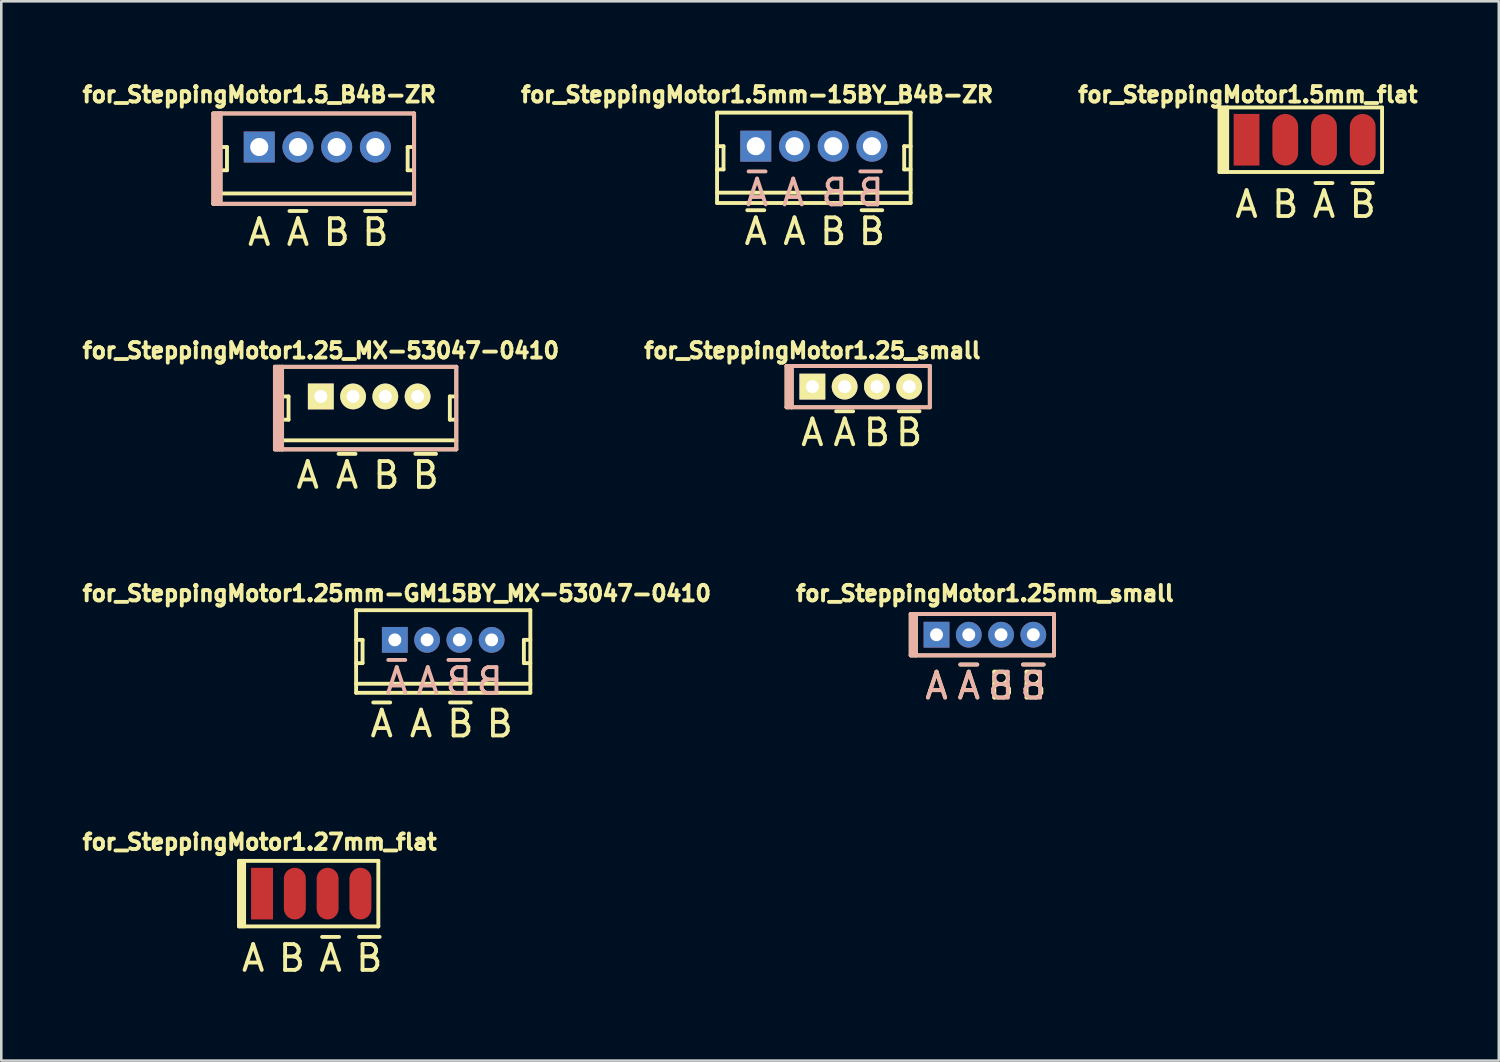
<source format=kicad_pcb>
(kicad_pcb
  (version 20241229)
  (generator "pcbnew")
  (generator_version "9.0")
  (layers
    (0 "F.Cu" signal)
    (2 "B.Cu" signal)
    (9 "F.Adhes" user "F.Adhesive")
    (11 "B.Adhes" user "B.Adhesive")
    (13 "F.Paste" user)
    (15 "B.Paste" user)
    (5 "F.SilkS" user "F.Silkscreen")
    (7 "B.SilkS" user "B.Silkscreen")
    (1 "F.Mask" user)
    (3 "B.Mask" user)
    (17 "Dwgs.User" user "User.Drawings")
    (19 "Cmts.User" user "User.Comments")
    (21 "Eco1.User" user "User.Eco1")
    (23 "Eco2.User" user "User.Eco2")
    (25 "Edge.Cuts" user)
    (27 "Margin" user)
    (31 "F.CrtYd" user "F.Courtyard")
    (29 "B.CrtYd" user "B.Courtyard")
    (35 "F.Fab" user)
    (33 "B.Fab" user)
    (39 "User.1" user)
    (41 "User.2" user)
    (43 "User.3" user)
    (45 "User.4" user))
  (footprint "for_SteppingMotor1.5mm-15BY_B4B-ZR"
    (layer "F.Cu")
    (at 28.481 2.614)
    (property "Reference" "for_SteppingMotor1.5mm-15BY_B4B-ZR" (at -2.2 -2 0) (layer "F.SilkS") (effects (font (size 0.6 0.6) (thickness 0.15))))
    (attr through_hole)
    (fp_line (start -3.75 -1.3) (end 3.75 -1.3) (stroke (width 0.15) (type solid)) (layer "F.SilkS"))
    (fp_line (start -3.75 0) (end -3.5 0) (stroke (width 0.15) (type solid)) (layer "F.SilkS"))
    (fp_line (start -3.75 2.2) (end -3.75 -1.3) (stroke (width 0.15) (type solid)) (layer "F.SilkS"))
    (fp_line (start -3.5 0) (end -3.5 0.9) (stroke (width 0.15) (type solid)) (layer "F.SilkS"))
    (fp_line (start -3.5 0.9) (end -3.75 0.9) (stroke (width 0.15) (type solid)) (layer "F.SilkS"))
    (fp_line (start 3.5 0) (end 3.5 0.9) (stroke (width 0.15) (type solid)) (layer "F.SilkS"))
    (fp_line (start 3.5 0.9) (end 3.75 0.9) (stroke (width 0.15) (type solid)) (layer "F.SilkS"))
    (fp_line (start 3.75 -1.3) (end 3.75 2.2) (stroke (width 0.15) (type solid)) (layer "F.SilkS"))
    (fp_line (start 3.75 0) (end 3.5 0) (stroke (width 0.15) (type solid)) (layer "F.SilkS"))
    (fp_line (start 3.75 1.8) (end -3.75 1.8) (stroke (width 0.15) (type solid)) (layer "F.SilkS"))
    (fp_line (start 3.75 2.2) (end -3.75 2.2) (stroke (width 0.15) (type solid)) (layer "F.SilkS"))
    (fp_text user "~{A}" (at -2.25 3.302 0) (layer "F.SilkS") (effects (font (size 1 1) (thickness 0.15))))
    (fp_text user "A" (at -0.75 3.302 0) (layer "F.SilkS") (effects (font (size 1 1) (thickness 0.15))))
    (fp_text user "~{B}" (at 2.25 3.302 0) (layer "F.SilkS") (effects (font (size 1 1) (thickness 0.15))))
    (fp_text user "B" (at 0.75 3.302 0) (layer "F.SilkS") (effects (font (size 1 1) (thickness 0.15))))
    (fp_text user "B" (at 0.8 1.8 0) (layer "B.SilkS") (effects (font (size 1 1) (thickness 0.15)) (justify mirror)))
    (fp_text user "~{B}" (at 2.2 1.8 0) (layer "B.SilkS") (effects (font (size 1 1) (thickness 0.15)) (justify mirror)))
    (fp_text user "A" (at -0.8 1.8 0) (layer "B.SilkS") (effects (font (size 1 1) (thickness 0.15))))
    (fp_text user "~{A}" (at -2.2 1.8 0) (layer "B.SilkS") (effects (font (size 1 1) (thickness 0.15)) (justify mirror)))
    (pad "A1" thru_hole circle (at -0.75 0) (size 1.2 1.2) (drill 0.7) (layers "*.Cu" "*.Mask"))
    (pad "A2" thru_hole rect (at -2.25 0) (size 1.2 1.2) (drill 0.7) (layers "*.Cu" "*.Mask"))
    (pad "B1" thru_hole circle (at 0.75 0) (size 1.2 1.2) (drill 0.7) (layers "*.Cu" "*.Mask"))
    (pad "B2" thru_hole circle (at 2.25 0) (size 1.2 1.2) (drill 0.7) (layers "*.Cu" "*.Mask")))
  (footprint "for_SteppingMotor1.25mm-GM15BY_MX-53047-0410"
    (layer "F.Cu")
    (at 14.122 21.741)
    (property "Reference" "for_SteppingMotor1.25mm-GM15BY_MX-53047-0410" (at -1.8 -1.8 0) (layer "F.SilkS") (effects (font (size 0.6 0.6) (thickness 0.15))))
    (attr through_hole)
    (fp_line (start -3.375 -1.15) (end 3.375 -1.15) (stroke (width 0.15) (type solid)) (layer "F.SilkS"))
    (fp_line (start -3.375 0) (end -3.125 0) (stroke (width 0.15) (type solid)) (layer "F.SilkS"))
    (fp_line (start -3.375 2.05) (end -3.375 -1.15) (stroke (width 0.15) (type solid)) (layer "F.SilkS"))
    (fp_line (start -3.125 0) (end -3.125 0.9) (stroke (width 0.15) (type solid)) (layer "F.SilkS"))
    (fp_line (start -3.125 0.9) (end -3.375 0.9) (stroke (width 0.15) (type solid)) (layer "F.SilkS"))
    (fp_line (start 3.125 0) (end 3.125 0.9) (stroke (width 0.15) (type solid)) (layer "F.SilkS"))
    (fp_line (start 3.125 0.9) (end 3.375 0.9) (stroke (width 0.15) (type solid)) (layer "F.SilkS"))
    (fp_line (start 3.375 -1.15) (end 3.375 2.05) (stroke (width 0.15) (type solid)) (layer "F.SilkS"))
    (fp_line (start 3.375 0) (end 3.125 0) (stroke (width 0.15) (type solid)) (layer "F.SilkS"))
    (fp_line (start 3.375 1.7) (end -3.375 1.7) (stroke (width 0.15) (type solid)) (layer "F.SilkS"))
    (fp_line (start 3.375 2.05) (end -3.375 2.05) (stroke (width 0.15) (type solid)) (layer "F.SilkS"))
    (fp_text user "A" (at -0.859 3.248 0) (layer "F.SilkS") (effects (font (size 1 1) (thickness 0.15))))
    (fp_text user "B" (at 2.189 3.248 0) (layer "F.SilkS") (effects (font (size 1 1) (thickness 0.15))))
    (fp_text user "~{A}" (at -2.383 3.248 0) (layer "F.SilkS") (effects (font (size 1 1) (thickness 0.15))))
    (fp_text user "~{B}" (at 0.665 3.248 0) (layer "F.SilkS") (effects (font (size 1 1) (thickness 0.15))))
    (fp_text user "B" (at 1.8 1.6 0) (layer "B.SilkS") (effects (font (size 1 1) (thickness 0.15)) (justify mirror)))
    (fp_text user "A" (at -0.6 1.6 0) (layer "B.SilkS") (effects (font (size 1 1) (thickness 0.15)) (justify mirror)))
    (fp_text user "~{B}" (at 0.6 1.6 0) (layer "B.SilkS") (effects (font (size 1 1) (thickness 0.15)) (justify mirror)))
    (fp_text user "~{A}" (at -1.8 1.6 0) (layer "B.SilkS") (effects (font (size 1 1) (thickness 0.15)) (justify mirror)))
    (pad "A1" thru_hole circle (at -0.625 0) (size 1 1) (drill 0.5) (layers "*.Cu" "*.Mask"))
    (pad "A2" thru_hole rect (at -1.875 0) (size 1 1) (drill 0.5) (layers "*.Cu" "*.Mask"))
    (pad "B1" thru_hole circle (at 1.875 0) (size 1 1) (drill 0.5) (layers "*.Cu" "*.Mask"))
    (pad "B2" thru_hole circle (at 0.625 0) (size 1 1) (drill 0.5) (layers "*.Cu" "*.Mask")))
  (footprint "for_SteppingMotor1.25_small"
    (layer "F.Cu")
    (at 28.424 11.929)
    (property "Reference" "for_SteppingMotor1.25_small" (at 0 -1.397 0) (layer "F.SilkS") (effects (font (size 0.6 0.6) (thickness 0.15))))
    (attr through_hole)
    (fp_line (start -1 -0.8) (end -0.8 -0.8) (stroke (width 0.15) (type solid)) (layer "F.SilkS"))
    (fp_line (start -1 0.8) (end -1 -0.8) (stroke (width 0.15) (type solid)) (layer "F.SilkS"))
    (fp_line (start -1 0.8) (end -0.8 0.8) (stroke (width 0.15) (type solid)) (layer "F.SilkS"))
    (fp_line (start -0.927 0.8) (end -0.927 -0.8) (stroke (width 0.15) (type solid)) (layer "F.SilkS"))
    (fp_line (start -0.8 -0.8) (end 4.55 -0.8) (stroke (width 0.15) (type solid)) (layer "F.SilkS"))
    (fp_line (start -0.8 0.8) (end -0.8 -0.8) (stroke (width 0.15) (type solid)) (layer "F.SilkS"))
    (fp_line (start 4.55 -0.8) (end 4.55 0.8) (stroke (width 0.15) (type solid)) (layer "F.SilkS"))
    (fp_line (start 4.55 0.8) (end -0.8 0.8) (stroke (width 0.15) (type solid)) (layer "F.SilkS"))
    (fp_line (start -1 -0.8) (end -0.8 -0.8) (stroke (width 0.15) (type solid)) (layer "B.SilkS"))
    (fp_line (start -1 0.8) (end -1 -0.8) (stroke (width 0.15) (type solid)) (layer "B.SilkS"))
    (fp_line (start -1 0.8) (end -0.8 0.8) (stroke (width 0.15) (type solid)) (layer "B.SilkS"))
    (fp_line (start -0.927 0.8) (end -0.927 -0.8) (stroke (width 0.15) (type solid)) (layer "B.SilkS"))
    (fp_line (start -0.8 -0.8) (end 4.55 -0.8) (stroke (width 0.15) (type solid)) (layer "B.SilkS"))
    (fp_line (start -0.8 0.8) (end -0.8 -0.8) (stroke (width 0.15) (type solid)) (layer "B.SilkS"))
    (fp_line (start 4.55 -0.8) (end 4.55 0.8) (stroke (width 0.15) (type solid)) (layer "B.SilkS"))
    (fp_line (start 4.55 0.8) (end -0.8 0.8) (stroke (width 0.15) (type solid)) (layer "B.SilkS"))
    (fp_text user "~{A}" (at 1.25 1.778 0) (layer "F.SilkS") (effects (font (size 1 1) (thickness 0.15))))
    (fp_text user "~{B}" (at 3.75 1.778 0) (layer "F.SilkS") (effects (font (size 1 1) (thickness 0.15))))
    (fp_text user "A" (at 0 1.778 0) (layer "F.SilkS") (effects (font (size 1 1) (thickness 0.15))))
    (fp_text user "B" (at 2.5 1.778 0) (layer "F.SilkS") (effects (font (size 1 1) (thickness 0.15))))
    (pad "1" thru_hole rect (at 0 0) (size 1 1) (drill 0.5) (layers "*.Cu" "*.Mask" "F.SilkS"))
    (pad "2" thru_hole circle (at 1.25 0) (size 1 1) (drill 0.5) (layers "*.Cu" "*.Mask" "F.SilkS"))
    (pad "3" thru_hole circle (at 2.5 0) (size 1 1) (drill 0.5) (layers "*.Cu" "*.Mask" "F.SilkS"))
    (pad "4" thru_hole circle (at 3.75 0) (size 1 1) (drill 0.5) (layers "*.Cu" "*.Mask" "F.SilkS")))
  (footprint "for_SteppingMotor1.25mm_small"
    (layer "F.Cu")
    (at 35.109 21.541)
    (property "Reference" "for_SteppingMotor1.25mm_small" (at 0 -1.6 0) (layer "F.SilkS") (effects (font (size 0.6 0.6) (thickness 0.15))))
    (attr through_hole)
    (fp_line (start -2.875 -0.8) (end -2.675 -0.8) (stroke (width 0.15) (type solid)) (layer "F.SilkS"))
    (fp_line (start -2.875 0.8) (end -2.875 -0.8) (stroke (width 0.15) (type solid)) (layer "F.SilkS"))
    (fp_line (start -2.875 0.8) (end -2.675 0.8) (stroke (width 0.15) (type solid)) (layer "F.SilkS"))
    (fp_line (start -2.802 0.8) (end -2.802 -0.8) (stroke (width 0.15) (type solid)) (layer "F.SilkS"))
    (fp_line (start -2.675 -0.8) (end 2.675 -0.8) (stroke (width 0.15) (type solid)) (layer "F.SilkS"))
    (fp_line (start -2.675 0.8) (end -2.675 -0.8) (stroke (width 0.15) (type solid)) (layer "F.SilkS"))
    (fp_line (start 2.675 -0.8) (end 2.675 0.8) (stroke (width 0.15) (type solid)) (layer "F.SilkS"))
    (fp_line (start 2.675 0.8) (end -2.675 0.8) (stroke (width 0.15) (type solid)) (layer "F.SilkS"))
    (fp_line (start -2.875 -0.8) (end -2.675 -0.8) (stroke (width 0.15) (type solid)) (layer "B.SilkS"))
    (fp_line (start -2.875 0.8) (end -2.875 -0.8) (stroke (width 0.15) (type solid)) (layer "B.SilkS"))
    (fp_line (start -2.875 0.8) (end -2.675 0.8) (stroke (width 0.15) (type solid)) (layer "B.SilkS"))
    (fp_line (start -2.802 0.8) (end -2.802 -0.8) (stroke (width 0.15) (type solid)) (layer "B.SilkS"))
    (fp_line (start -2.675 -0.8) (end 2.675 -0.8) (stroke (width 0.15) (type solid)) (layer "B.SilkS"))
    (fp_line (start -2.675 0.8) (end -2.675 -0.8) (stroke (width 0.15) (type solid)) (layer "B.SilkS"))
    (fp_line (start 2.675 -0.8) (end 2.675 0.8) (stroke (width 0.15) (type solid)) (layer "B.SilkS"))
    (fp_line (start 2.675 0.8) (end -2.675 0.8) (stroke (width 0.15) (type solid)) (layer "B.SilkS"))
    (fp_text user "A" (at -1.875 1.978 0) (layer "F.SilkS") (effects (font (size 1 1) (thickness 0.15))))
    (fp_text user "B" (at 0.625 1.978 0) (layer "F.SilkS") (effects (font (size 1 1) (thickness 0.15))))
    (fp_text user "~{A}" (at -0.625 1.978 0) (layer "F.SilkS") (effects (font (size 1 1) (thickness 0.15))))
    (fp_text user "~{B}" (at 1.875 1.978 0) (layer "F.SilkS") (effects (font (size 1 1) (thickness 0.15))))
    (fp_text user "A" (at -1.875 1.978 0) (layer "B.SilkS") (effects (font (size 1 1) (thickness 0.15)) (justify mirror)))
    (fp_text user "B" (at 0.625 1.978 0) (layer "B.SilkS") (effects (font (size 1 1) (thickness 0.15)) (justify mirror)))
    (fp_text user "~{B}" (at 1.875 1.978 0) (layer "B.SilkS") (effects (font (size 1 1) (thickness 0.15)) (justify mirror)))
    (fp_text user "~{A}" (at -0.625 1.978 0) (layer "B.SilkS") (effects (font (size 1 1) (thickness 0.15)) (justify mirror)))
    (pad "A1" thru_hole rect (at -1.875 0) (size 1 1) (drill 0.5) (layers "*.Cu" "*.Mask"))
    (pad "A2" thru_hole circle (at -0.625 0) (size 1 1) (drill 0.5) (layers "*.Cu" "*.Mask"))
    (pad "B1" thru_hole circle (at 0.625 0) (size 1 1) (drill 0.5) (layers "*.Cu" "*.Mask"))
    (pad "B2" thru_hole circle (at 1.875 0) (size 1 1) (drill 0.5) (layers "*.Cu" "*.Mask")))
  (footprint "for_SteppingMotor1.25_MX-53047-0410"
    (layer "F.Cu")
    (at 9.379 12.31)
    (property "Reference" "for_SteppingMotor1.25_MX-53047-0410" (at 0 -1.778 0) (layer "F.SilkS") (effects (font (size 0.6 0.6) (thickness 0.15))))
    (attr through_hole)
    (fp_line (start -1.778 -1.15) (end -1.5 -1.15) (stroke (width 0.15) (type solid)) (layer "F.SilkS"))
    (fp_line (start -1.778 2.05) (end -1.778 -1.15) (stroke (width 0.15) (type solid)) (layer "F.SilkS"))
    (fp_line (start -1.69 -1.15) (end -1.69 2.05) (stroke (width 0.15) (type solid)) (layer "F.SilkS"))
    (fp_line (start -1.6 -1.15) (end -1.6 2.05) (stroke (width 0.15) (type solid)) (layer "F.SilkS"))
    (fp_line (start -1.5 -1.15) (end 5.25 -1.15) (stroke (width 0.15) (type solid)) (layer "F.SilkS"))
    (fp_line (start -1.5 0) (end -1.25 0) (stroke (width 0.15) (type solid)) (layer "F.SilkS"))
    (fp_line (start -1.5 2.05) (end -1.778 2.05) (stroke (width 0.15) (type solid)) (layer "F.SilkS"))
    (fp_line (start -1.5 2.05) (end -1.5 -1.15) (stroke (width 0.15) (type solid)) (layer "F.SilkS"))
    (fp_line (start -1.25 0) (end -1.25 0.9) (stroke (width 0.15) (type solid)) (layer "F.SilkS"))
    (fp_line (start -1.25 0.9) (end -1.5 0.9) (stroke (width 0.15) (type solid)) (layer "F.SilkS"))
    (fp_line (start 5 0) (end 5 0.9) (stroke (width 0.15) (type solid)) (layer "F.SilkS"))
    (fp_line (start 5 0.9) (end 5.25 0.9) (stroke (width 0.15) (type solid)) (layer "F.SilkS"))
    (fp_line (start 5.25 -1.15) (end 5.25 2.05) (stroke (width 0.15) (type solid)) (layer "F.SilkS"))
    (fp_line (start 5.25 0) (end 5 0) (stroke (width 0.15) (type solid)) (layer "F.SilkS"))
    (fp_line (start 5.25 1.7) (end -1.5 1.7) (stroke (width 0.15) (type solid)) (layer "F.SilkS"))
    (fp_line (start 5.25 2.05) (end -1.5 2.05) (stroke (width 0.15) (type solid)) (layer "F.SilkS"))
    (fp_line (start -1.778 -1.15) (end -1.5 -1.15) (stroke (width 0.15) (type solid)) (layer "B.SilkS"))
    (fp_line (start -1.778 2.05) (end -1.778 -1.15) (stroke (width 0.15) (type solid)) (layer "B.SilkS"))
    (fp_line (start -1.69 -1.15) (end -1.69 2.05) (stroke (width 0.15) (type solid)) (layer "B.SilkS"))
    (fp_line (start -1.6 -1.15) (end -1.6 2.05) (stroke (width 0.15) (type solid)) (layer "B.SilkS"))
    (fp_line (start -1.5 -1.15) (end 5.25 -1.15) (stroke (width 0.15) (type solid)) (layer "B.SilkS"))
    (fp_line (start -1.5 2.05) (end -1.778 2.05) (stroke (width 0.15) (type solid)) (layer "B.SilkS"))
    (fp_line (start -1.5 2.05) (end -1.5 -1.15) (stroke (width 0.15) (type solid)) (layer "B.SilkS"))
    (fp_line (start 5.25 -1.15) (end 5.25 2.05) (stroke (width 0.15) (type solid)) (layer "B.SilkS"))
    (fp_line (start 5.25 2.05) (end -1.5 2.05) (stroke (width 0.15) (type solid)) (layer "B.SilkS"))
    (fp_text user "A" (at -0.508 3.048 0) (layer "F.SilkS") (effects (font (size 1 1) (thickness 0.15))))
    (fp_text user "B" (at 2.54 3.048 0) (layer "F.SilkS") (effects (font (size 1 1) (thickness 0.15))))
    (fp_text user "~{B}" (at 4.064 3.048 0) (layer "F.SilkS") (effects (font (size 1 1) (thickness 0.15))))
    (fp_text user "~{A}" (at 1.016 3.048 0) (layer "F.SilkS") (effects (font (size 1 1) (thickness 0.15))))
    (pad "1" thru_hole rect (at 0 0) (size 1 1) (drill 0.5) (layers "*.Cu" "*.Mask" "F.SilkS"))
    (pad "2" thru_hole circle (at 1.25 0) (size 1 1) (drill 0.5) (layers "*.Cu" "*.Mask" "F.SilkS"))
    (pad "3" thru_hole circle (at 2.5 0) (size 1 1) (drill 0.5) (layers "*.Cu" "*.Mask" "F.SilkS"))
    (pad "4" thru_hole circle (at 3.75 0) (size 1 1) (drill 0.5) (layers "*.Cu" "*.Mask" "F.SilkS")))
  (footprint "for_SteppingMotor1.5_B4B-ZR"
    (layer "F.Cu")
    (at 6.994 2.646)
    (property "Reference" "for_SteppingMotor1.5_B4B-ZR" (at 0 -2.032 0) (layer "F.SilkS") (effects (font (size 0.6 0.6) (thickness 0.15))))
    (attr through_hole)
    (fp_line (start -1.778 -1.3) (end -1.5 -1.3) (stroke (width 0.15) (type solid)) (layer "F.SilkS"))
    (fp_line (start -1.778 2.2) (end -1.778 -1.3) (stroke (width 0.15) (type solid)) (layer "F.SilkS"))
    (fp_line (start -1.69 -1.3) (end -1.69 2.2) (stroke (width 0.15) (type solid)) (layer "F.SilkS"))
    (fp_line (start -1.6 -1.3) (end -1.6 2.2) (stroke (width 0.15) (type solid)) (layer "F.SilkS"))
    (fp_line (start -1.5 -1.3) (end 6 -1.3) (stroke (width 0.15) (type solid)) (layer "F.SilkS"))
    (fp_line (start -1.5 0) (end -1.25 0) (stroke (width 0.15) (type solid)) (layer "F.SilkS"))
    (fp_line (start -1.5 2.2) (end -1.778 2.2) (stroke (width 0.15) (type solid)) (layer "F.SilkS"))
    (fp_line (start -1.5 2.2) (end -1.5 -1.3) (stroke (width 0.15) (type solid)) (layer "F.SilkS"))
    (fp_line (start -1.25 0) (end -1.25 0.9) (stroke (width 0.15) (type solid)) (layer "F.SilkS"))
    (fp_line (start -1.25 0.9) (end -1.5 0.9) (stroke (width 0.15) (type solid)) (layer "F.SilkS"))
    (fp_line (start 5.75 0) (end 5.75 0.9) (stroke (width 0.15) (type solid)) (layer "F.SilkS"))
    (fp_line (start 5.75 0.9) (end 6 0.9) (stroke (width 0.15) (type solid)) (layer "F.SilkS"))
    (fp_line (start 6 -1.3) (end 6 2.2) (stroke (width 0.15) (type solid)) (layer "F.SilkS"))
    (fp_line (start 6 0) (end 5.75 0) (stroke (width 0.15) (type solid)) (layer "F.SilkS"))
    (fp_line (start 6 1.8) (end -1.5 1.8) (stroke (width 0.15) (type solid)) (layer "F.SilkS"))
    (fp_line (start 6 2.2) (end -1.5 2.2) (stroke (width 0.15) (type solid)) (layer "F.SilkS"))
    (fp_line (start -1.778 -1.3) (end -1.5 -1.3) (stroke (width 0.15) (type solid)) (layer "B.SilkS"))
    (fp_line (start -1.778 2.2) (end -1.778 -1.3) (stroke (width 0.15) (type solid)) (layer "B.SilkS"))
    (fp_line (start -1.69 -1.3) (end -1.69 2.2) (stroke (width 0.15) (type solid)) (layer "B.SilkS"))
    (fp_line (start -1.6 -1.3) (end -1.6 2.2) (stroke (width 0.15) (type solid)) (layer "B.SilkS"))
    (fp_line (start -1.5 -1.3) (end 6 -1.3) (stroke (width 0.15) (type solid)) (layer "B.SilkS"))
    (fp_line (start -1.5 2.2) (end -1.778 2.2) (stroke (width 0.15) (type solid)) (layer "B.SilkS"))
    (fp_line (start -1.5 2.2) (end -1.5 -1.3) (stroke (width 0.15) (type solid)) (layer "B.SilkS"))
    (fp_line (start 6 -1.3) (end 6 2.2) (stroke (width 0.15) (type solid)) (layer "B.SilkS"))
    (fp_line (start 6 2.2) (end -1.5 2.2) (stroke (width 0.15) (type solid)) (layer "B.SilkS"))
    (fp_text user "A" (at 0 3.302 0) (layer "F.SilkS") (effects (font (size 1 1) (thickness 0.15))))
    (fp_text user "~{B}" (at 4.5 3.302 0) (layer "F.SilkS") (effects (font (size 1 1) (thickness 0.15))))
    (fp_text user "B" (at 3 3.302 0) (layer "F.SilkS") (effects (font (size 1 1) (thickness 0.15))))
    (fp_text user "~{A}" (at 1.5 3.302 0) (layer "F.SilkS") (effects (font (size 1 1) (thickness 0.15))))
    (pad "1" thru_hole rect (at 0 0) (size 1.2 1.2) (drill 0.7) (layers "*.Cu" "*.Mask"))
    (pad "2" thru_hole circle (at 1.5 0) (size 1.2 1.2) (drill 0.7) (layers "*.Cu" "*.Mask"))
    (pad "3" thru_hole circle (at 3 0) (size 1.2 1.2) (drill 0.7) (layers "*.Cu" "*.Mask"))
    (pad "4" thru_hole circle (at 4.5 0) (size 1.2 1.2) (drill 0.7) (layers "*.Cu" "*.Mask")))
  (footprint "for_SteppingMotor1.27mm_flat"
    (layer "F.Cu")
    (at 9.008 31.572)
    (property "Reference" "for_SteppingMotor1.27mm_flat" (at -2 -2 0) (layer "F.SilkS") (effects (font (size 0.6 0.6) (thickness 0.15))))
    (attr through_hole)
    (fp_line (start -2.8 -1.27) (end 2.6 -1.27) (stroke (width 0.15) (type solid)) (layer "F.SilkS"))
    (fp_line (start -2.8 1.27) (end -2.8 -1.27) (stroke (width 0.15) (type solid)) (layer "F.SilkS"))
    (fp_line (start -2.8 1.27) (end 2.6 1.27) (stroke (width 0.15) (type solid)) (layer "F.SilkS"))
    (fp_line (start -2.7 -1.27) (end -2.7 1.27) (stroke (width 0.15) (type solid)) (layer "F.SilkS"))
    (fp_line (start -2.6 1.27) (end -2.6 -1.27) (stroke (width 0.15) (type solid)) (layer "F.SilkS"))
    (fp_line (start 2.6 -1.27) (end 2.6 1.27) (stroke (width 0.15) (type solid)) (layer "F.SilkS"))
    (fp_text user "~{B}" (at 2.25 2.5 0) (layer "F.SilkS") (effects (font (size 1 1) (thickness 0.15))))
    (fp_text user "~{A}" (at 0.75 2.5 0) (layer "F.SilkS") (effects (font (size 1 1) (thickness 0.15))))
    (fp_text user "B" (at -0.75 2.5 0) (layer "F.SilkS") (effects (font (size 1 1) (thickness 0.15))))
    (fp_text user "A" (at -2.25 2.5 0) (layer "F.SilkS") (effects (font (size 1 1) (thickness 0.15))))
    (pad "A1" smd rect (at -1.905 0) (size 0.85 2) (layers "F.Cu" "F.Mask" "F.Paste"))
    (pad "A2" smd oval (at 0.635 0) (size 0.85 2) (layers "F.Cu" "F.Mask" "F.Paste"))
    (pad "B1" smd oval (at -0.635 0) (size 0.85 2) (layers "F.Cu" "F.Mask" "F.Paste"))
    (pad "B2" smd oval (at 1.905 0) (size 0.85 2) (layers "F.Cu" "F.Mask" "F.Paste")))
  (footprint "for_SteppingMotor1.5mm_flat"
    (layer "F.Cu")
    (at 47.496 2.364)
    (property "Reference" "for_SteppingMotor1.5mm_flat" (at -2.2 -1.75 0) (layer "F.SilkS") (effects (font (size 0.6 0.6) (thickness 0.15))))
    (attr through_hole)
    (fp_line (start -3.3 1.25) (end -3.3 -1.25) (stroke (width 0.15) (type solid)) (layer "F.SilkS"))
    (fp_line (start -3.2 -1.25) (end -3.2 1.25) (stroke (width 0.15) (type solid)) (layer "F.SilkS"))
    (fp_line (start -3.1 1.25) (end -3.1 -1.25) (stroke (width 0.15) (type solid)) (layer "F.SilkS"))
    (fp_line (start -3 -1.25) (end -3.3 -1.25) (stroke (width 0.15) (type solid)) (layer "F.SilkS"))
    (fp_line (start -3 -1.25) (end 3 -1.25) (stroke (width 0.15) (type solid)) (layer "F.SilkS"))
    (fp_line (start -3 1.25) (end -3.3 1.25) (stroke (width 0.15) (type solid)) (layer "F.SilkS"))
    (fp_line (start -3 1.25) (end -3 -1.25) (stroke (width 0.15) (type solid)) (layer "F.SilkS"))
    (fp_line (start 3 1.25) (end -3 1.25) (stroke (width 0.15) (type solid)) (layer "F.SilkS"))
    (fp_line (start 3 1.25) (end 3 -1.25) (stroke (width 0.15) (type solid)) (layer "F.SilkS"))
    (fp_text user "~{B}" (at 2.25 2.5 0) (layer "F.SilkS") (effects (font (size 1 1) (thickness 0.15))))
    (fp_text user "A" (at -2.25 2.5 0) (layer "F.SilkS") (effects (font (size 1 1) (thickness 0.15))))
    (fp_text user "~{A}" (at 0.75 2.5 0) (layer "F.SilkS") (effects (font (size 1 1) (thickness 0.15))))
    (fp_text user "B" (at -0.75 2.5 0) (layer "F.SilkS") (effects (font (size 1 1) (thickness 0.15))))
    (pad "A1" smd rect (at -2.25 0) (size 1 2) (layers "F.Cu" "F.Mask" "F.Paste"))
    (pad "A2" smd oval (at 0.75 0) (size 1 2) (layers "F.Cu" "F.Mask" "F.Paste"))
    (pad "B1" smd oval (at -0.75 0) (size 1 2) (layers "F.Cu" "F.Mask" "F.Paste"))
    (pad "B2" smd oval (at 2.25 0) (size 1 2) (layers "F.Cu" "F.Mask" "F.Paste")))
  (gr_rect
    (start -3 -3)
    (end 55.019 38.041)
    (stroke (width 0.1) (type default))
    (fill no)
    (layer "Edge.Cuts")))
</source>
